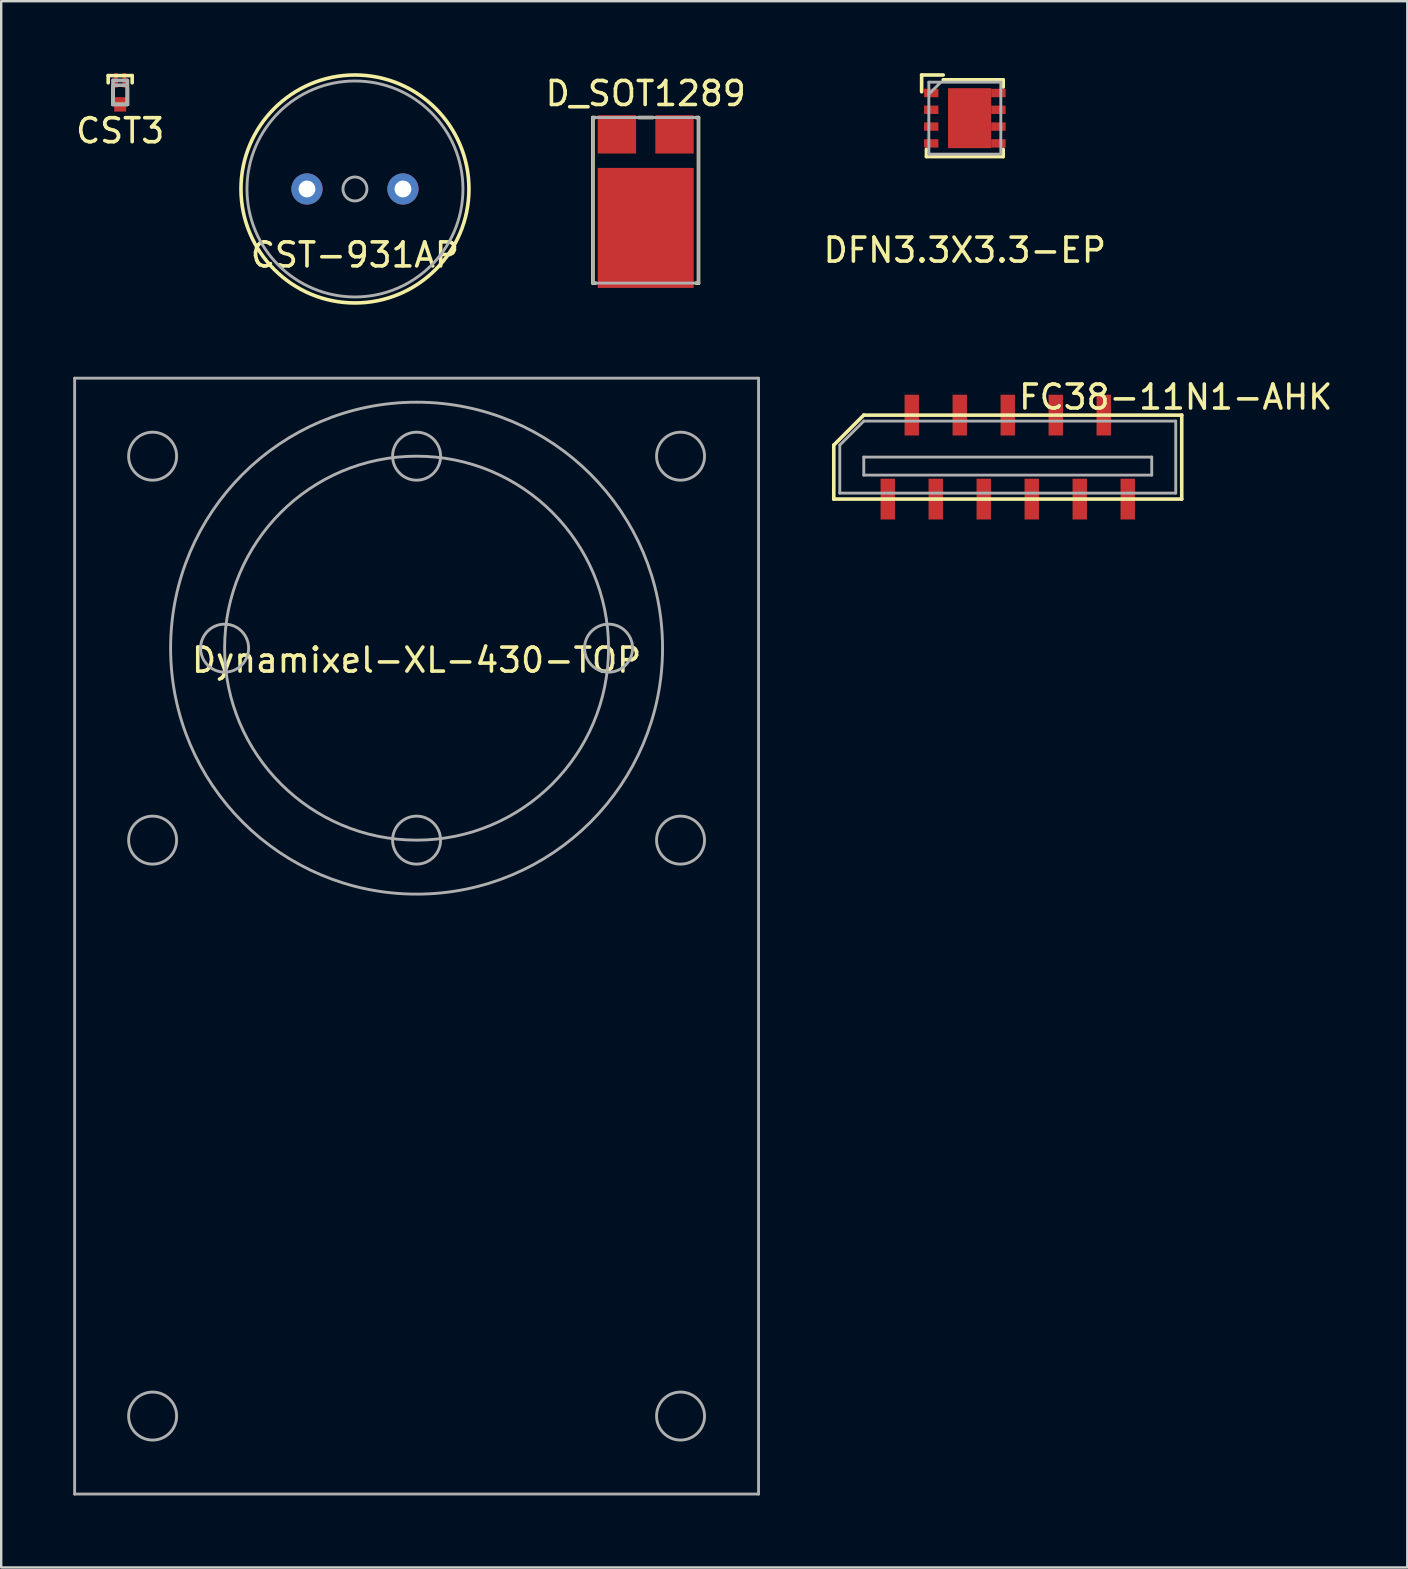
<source format=kicad_pcb>
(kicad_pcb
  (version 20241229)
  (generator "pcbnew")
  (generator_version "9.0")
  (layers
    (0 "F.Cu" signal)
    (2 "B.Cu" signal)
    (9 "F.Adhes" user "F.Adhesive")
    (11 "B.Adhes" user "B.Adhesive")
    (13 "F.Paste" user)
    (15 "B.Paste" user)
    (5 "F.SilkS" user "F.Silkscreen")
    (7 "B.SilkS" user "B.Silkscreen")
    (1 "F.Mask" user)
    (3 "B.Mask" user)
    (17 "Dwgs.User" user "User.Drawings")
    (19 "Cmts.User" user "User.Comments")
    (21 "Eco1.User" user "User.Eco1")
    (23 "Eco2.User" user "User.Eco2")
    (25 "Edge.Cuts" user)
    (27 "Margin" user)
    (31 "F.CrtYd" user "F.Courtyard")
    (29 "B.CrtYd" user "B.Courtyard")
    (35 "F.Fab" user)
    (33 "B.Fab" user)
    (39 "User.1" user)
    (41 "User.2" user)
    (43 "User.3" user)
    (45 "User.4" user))
  (footprint "CST-931AP"
    (layer "F.Cu")
    (at 11.742 4.825)
    (property "Reference" "CST-931AP" (at 0 2.75 0) (layer "F.SilkS") (effects (font (size 1 1) (thickness 0.15))))
    (attr through_hole)
    (fp_circle (center 0 0) (end 4.75 0) (stroke (width 0.15) (type solid)) (fill no) (layer "F.SilkS"))
    (fp_circle (center 0 0) (end 0.5 0) (stroke (width 0.12) (type solid)) (fill no) (layer "F.Fab"))
    (fp_circle (center 0 0) (end 4.5 0) (stroke (width 0.12) (type solid)) (fill no) (layer "F.Fab"))
    (pad "1" thru_hole circle (at -2 0) (size 1.3 1.3) (drill 0.7) (layers "*.Cu" "*.Mask"))
    (pad "2" thru_hole circle (at 2 0) (size 1.3 1.3) (drill 0.7) (layers "*.Cu" "*.Mask")))
  (footprint "D_SOT1289"
    (layer "F.Cu")
    (at 23.858 6.448)
    (property "Reference" "D_SOT1289" (at 0 -5.6 0) (layer "F.SilkS") (effects (font (size 1 1) (thickness 0.15))))
    (attr smd)
    (fp_line (start -2.2 -4.6) (end -2.2 2.3) (stroke (width 0.15) (type solid)) (layer "F.SilkS"))
    (fp_line (start -2.2 -4.6) (end -2.1 -4.6) (stroke (width 0.15) (type solid)) (layer "F.SilkS"))
    (fp_line (start -2.2 2.3) (end -2.1 2.3) (stroke (width 0.15) (type solid)) (layer "F.SilkS"))
    (fp_line (start 0.3 -4.6) (end -0.3 -4.6) (stroke (width 0.15) (type solid)) (layer "F.SilkS"))
    (fp_line (start 2.2 -4.6) (end 2.1 -4.6) (stroke (width 0.15) (type solid)) (layer "F.SilkS"))
    (fp_line (start 2.2 2.3) (end 2.1 2.3) (stroke (width 0.15) (type solid)) (layer "F.SilkS"))
    (fp_line (start 2.2 2.3) (end 2.2 -4.6) (stroke (width 0.15) (type solid)) (layer "F.SilkS"))
    (fp_line (start -2.2 -4.6) (end -2.2 2.3) (stroke (width 0.12) (type solid)) (layer "F.Fab"))
    (fp_line (start -2.2 2.3) (end 2.2 2.3) (stroke (width 0.12) (type solid)) (layer "F.Fab"))
    (fp_line (start 2.2 -4.6) (end -2.2 -4.6) (stroke (width 0.12) (type solid)) (layer "F.Fab"))
    (fp_line (start 2.2 2.3) (end 2.2 -4.6) (stroke (width 0.12) (type solid)) (layer "F.Fab"))
    (pad "1" smd rect (at 0 0) (size 4 5) (layers "F.Cu" "F.Mask" "F.Paste"))
    (pad "2" smd rect (at -1.2 -3.9) (size 1.6 1.6) (layers "F.Cu" "F.Mask" "F.Paste"))
    (pad "2" smd rect (at 1.2 -3.9) (size 1.6 1.6) (layers "F.Cu" "F.Mask" "F.Paste")))
  (footprint "CST3"
    (layer "F.Cu")
    (at 1.958 0.8)
    (property "Reference" "CST3" (at 0 1.6 0) (layer "F.SilkS") (effects (font (size 1 1) (thickness 0.15))))
    (attr smd)
    (fp_line (start -0.5 -0.7) (end 0.5 -0.7) (stroke (width 0.15) (type solid)) (layer "F.SilkS"))
    (fp_line (start -0.5 -0.4) (end -0.5 -0.7) (stroke (width 0.15) (type solid)) (layer "F.SilkS"))
    (fp_line (start -0.3 -0.2) (end -0.3 0.5) (stroke (width 0.15) (type solid)) (layer "F.SilkS"))
    (fp_line (start -0.3 0.5) (end 0.3 0.5) (stroke (width 0.15) (type solid)) (layer "F.SilkS"))
    (fp_line (start 0.3 0.5) (end 0.3 -0.2) (stroke (width 0.15) (type solid)) (layer "F.SilkS"))
    (fp_line (start 0.5 -0.7) (end 0.5 -0.4) (stroke (width 0.15) (type solid)) (layer "F.SilkS"))
    (fp_line (start -0.3 -0.5) (end 0.3 -0.5) (stroke (width 0.15) (type solid)) (layer "F.Fab"))
    (fp_line (start -0.3 -0.3) (end 0.3 -0.3) (stroke (width 0.15) (type solid)) (layer "F.Fab"))
    (fp_line (start -0.3 0.5) (end -0.3 -0.5) (stroke (width 0.15) (type solid)) (layer "F.Fab"))
    (fp_line (start 0.3 -0.5) (end 0.3 0.5) (stroke (width 0.15) (type solid)) (layer "F.Fab"))
    (fp_line (start 0.3 0.5) (end -0.3 0.5) (stroke (width 0.15) (type solid)) (layer "F.Fab"))
    (pad "1" smd rect (at 0.175 -0.5) (size 0.15 0.6) (layers "F.Cu" "F.Mask" "F.Paste"))
    (pad "2" smd rect (at -0.175 -0.5) (size 0.15 0.6) (layers "F.Cu" "F.Mask" "F.Paste"))
    (pad "3" smd rect (at 0 0.5) (size 0.5 0.6) (layers "F.Cu" "F.Mask" "F.Paste")))
  (footprint "DFN3.3X3.3-EP"
    (layer "F.Cu")
    (at 37.156 1.875)
    (property "Reference" "DFN3.3X3.3-EP" (at 0 5.5 0) (layer "F.SilkS") (effects (font (size 1 1) (thickness 0.15))))
    (attr through_hole)
    (fp_line (start -1.8 -1.8) (end -1.8 -1.1) (stroke (width 0.15) (type solid)) (layer "F.SilkS"))
    (fp_line (start -1.6 1.3) (end -1.6 1.6) (stroke (width 0.15) (type solid)) (layer "F.SilkS"))
    (fp_line (start -1.6 1.6) (end 1.6 1.6) (stroke (width 0.15) (type solid)) (layer "F.SilkS"))
    (fp_line (start -0.9 -1.8) (end -1.8 -1.8) (stroke (width 0.15) (type solid)) (layer "F.SilkS"))
    (fp_line (start 1.6 -1.6) (end -0.9 -1.6) (stroke (width 0.15) (type solid)) (layer "F.SilkS"))
    (fp_line (start 1.6 -1.3) (end 1.6 -1.6) (stroke (width 0.15) (type solid)) (layer "F.SilkS"))
    (fp_line (start 1.6 1.6) (end 1.6 1.3) (stroke (width 0.15) (type solid)) (layer "F.SilkS"))
    (fp_line (start -1.5 -1.5) (end 1.5 -1.5) (stroke (width 0.12) (type solid)) (layer "F.Fab"))
    (fp_line (start -1.5 -1) (end -1 -1.5) (stroke (width 0.12) (type solid)) (layer "F.Fab"))
    (fp_line (start -1.5 1.5) (end -1.5 -1.5) (stroke (width 0.12) (type solid)) (layer "F.Fab"))
    (fp_line (start 1.5 -1.5) (end 1.5 1.5) (stroke (width 0.12) (type solid)) (layer "F.Fab"))
    (fp_line (start 1.5 1.5) (end -1.5 1.5) (stroke (width 0.12) (type solid)) (layer "F.Fab"))
    (pad "1" smd rect (at -1.4 -1.05) (size 0.6 0.35) (layers "F.Cu" "F.Mask" "F.Paste"))
    (pad "1" smd rect (at -1.4 -0.35) (size 0.6 0.35) (layers "F.Cu" "F.Mask" "F.Paste"))
    (pad "1" smd rect (at -1.4 0.35) (size 0.6 0.35) (layers "F.Cu" "F.Mask" "F.Paste"))
    (pad "2" smd rect (at -1.4 1.05) (size 0.6 0.35) (layers "F.Cu" "F.Mask" "F.Paste"))
    (pad "3" smd rect (at 0.2 0) (size 1.8 2.5) (layers "F.Cu" "F.Mask" "F.Paste"))
    (pad "3" smd rect (at 1.4 -1.05) (size 0.6 0.35) (layers "F.Cu" "F.Mask" "F.Paste"))
    (pad "3" smd rect (at 1.4 -0.35) (size 0.6 0.35) (layers "F.Cu" "F.Mask" "F.Paste"))
    (pad "3" smd rect (at 1.4 0.35) (size 0.6 0.35) (layers "F.Cu" "F.Mask" "F.Paste"))
    (pad "3" smd rect (at 1.4 1.05) (size 0.6 0.35) (layers "F.Cu" "F.Mask" "F.Paste")))
  (footprint "FC38-11N1-AHK"
    (layer "F.Cu")
    (at 38.945 15.998)
    (property "Reference" "FC38-11N1-AHK" (at 7 -2.5 180) (layer "F.SilkS") (effects (font (size 1 1) (thickness 0.15))))
    (attr smd)
    (fp_line (start -7.25 -0.5) (end -6 -1.75) (stroke (width 0.15) (type solid)) (layer "F.SilkS"))
    (fp_line (start -7.25 1.75) (end -7.25 -0.5) (stroke (width 0.15) (type solid)) (layer "F.SilkS"))
    (fp_line (start -6 -1.75) (end 7.25 -1.75) (stroke (width 0.15) (type solid)) (layer "F.SilkS"))
    (fp_line (start 7.25 -1.75) (end 7.25 1.75) (stroke (width 0.15) (type solid)) (layer "F.SilkS"))
    (fp_line (start 7.25 1.75) (end -7.25 1.75) (stroke (width 0.15) (type solid)) (layer "F.SilkS"))
    (fp_line (start -7 1.5) (end -7 -0.5) (stroke (width 0.12) (type solid)) (layer "F.Fab"))
    (fp_line (start -6 -1.5) (end -7 -0.5) (stroke (width 0.12) (type solid)) (layer "F.Fab"))
    (fp_line (start -6 -1.5) (end 7 -1.5) (stroke (width 0.12) (type solid)) (layer "F.Fab"))
    (fp_line (start -6 0) (end 6 0) (stroke (width 0.12) (type solid)) (layer "F.Fab"))
    (fp_line (start -6 0.75) (end -6 0) (stroke (width 0.12) (type solid)) (layer "F.Fab"))
    (fp_line (start 6 0) (end 6 0.75) (stroke (width 0.12) (type solid)) (layer "F.Fab"))
    (fp_line (start 6 0.75) (end -6 0.75) (stroke (width 0.12) (type solid)) (layer "F.Fab"))
    (fp_line (start 7 -1.5) (end 7 1.5) (stroke (width 0.12) (type solid)) (layer "F.Fab"))
    (fp_line (start 7 1.5) (end -7 1.5) (stroke (width 0.12) (type solid)) (layer "F.Fab"))
    (pad "1" smd rect (at -5 1.75) (size 0.6 1.7) (layers "F.Cu" "F.Mask" "F.Paste"))
    (pad "2" smd rect (at -4 -1.75) (size 0.6 1.7) (layers "F.Cu" "F.Mask" "F.Paste"))
    (pad "3" smd rect (at -3 1.75) (size 0.6 1.7) (layers "F.Cu" "F.Mask" "F.Paste"))
    (pad "4" smd rect (at -2 -1.75) (size 0.6 1.7) (layers "F.Cu" "F.Mask" "F.Paste"))
    (pad "5" smd rect (at -1 1.75) (size 0.6 1.7) (layers "F.Cu" "F.Mask" "F.Paste"))
    (pad "6" smd rect (at 0 -1.75) (size 0.6 1.7) (layers "F.Cu" "F.Mask" "F.Paste"))
    (pad "7" smd rect (at 1 1.75) (size 0.6 1.7) (layers "F.Cu" "F.Mask" "F.Paste"))
    (pad "8" smd rect (at 2 -1.75) (size 0.6 1.7) (layers "F.Cu" "F.Mask" "F.Paste"))
    (pad "9" smd rect (at 3 1.75) (size 0.6 1.7) (layers "F.Cu" "F.Mask" "F.Paste"))
    (pad "10" smd rect (at 4 -1.75) (size 0.6 1.7) (layers "F.Cu" "F.Mask" "F.Paste"))
    (pad "11" smd rect (at 5 1.75) (size 0.6 1.7) (layers "F.Cu" "F.Mask" "F.Paste")))
  (footprint "Dynamixel-XL-430-TOP"
    (layer "F.Cu")
    (at 14.31 23.96)
    (property "Reference" "Dynamixel-XL-430-TOP" (at 0 0.5 0) (layer "F.SilkS") (effects (font (size 1 1) (thickness 0.15))))
    (attr exclude_from_pos_files exclude_from_bom)
    (fp_line (start -14.25 -11.25) (end -14.25 35.25) (stroke (width 0.12) (type solid)) (layer "F.Fab"))
    (fp_line (start -14.25 -11.25) (end 14.25 -11.25) (stroke (width 0.12) (type solid)) (layer "F.Fab"))
    (fp_line (start -14.25 35.25) (end 14.25 35.25) (stroke (width 0.12) (type solid)) (layer "F.Fab"))
    (fp_line (start 14.25 35.25) (end 14.25 -11.25) (stroke (width 0.12) (type solid)) (layer "F.Fab"))
    (fp_circle (center -11 -8) (end -10 -8) (stroke (width 0.12) (type solid)) (fill no) (layer "F.Fab"))
    (fp_circle (center -11 8) (end -10 8) (stroke (width 0.12) (type solid)) (fill no) (layer "F.Fab"))
    (fp_circle (center -11 32) (end -10 32) (stroke (width 0.12) (type solid)) (fill no) (layer "F.Fab"))
    (fp_circle (center -8 0) (end -7 0) (stroke (width 0.12) (type solid)) (fill no) (layer "F.Fab"))
    (fp_circle (center 0 -8) (end 0 -9) (stroke (width 0.12) (type solid)) (fill no) (layer "F.Fab"))
    (fp_circle (center 0 0) (end 8 0) (stroke (width 0.12) (type solid)) (fill no) (layer "F.Fab"))
    (fp_circle (center 0 0) (end 10.25 0) (stroke (width 0.12) (type solid)) (fill no) (layer "F.Fab"))
    (fp_circle (center 0 8) (end 0 7) (stroke (width 0.12) (type solid)) (fill no) (layer "F.Fab"))
    (fp_circle (center 8 0) (end 9 0) (stroke (width 0.12) (type solid)) (fill no) (layer "F.Fab"))
    (fp_circle (center 11 -8) (end 12 -8) (stroke (width 0.12) (type solid)) (fill no) (layer "F.Fab"))
    (fp_circle (center 11 8) (end 12 8) (stroke (width 0.12) (type solid)) (fill no) (layer "F.Fab"))
    (fp_circle (center 11 32) (end 12 32) (stroke (width 0.12) (type solid)) (fill no) (layer "F.Fab")))
  (gr_rect
    (start -3 -3)
    (end 55.594 62.27)
    (stroke (width 0.1) (type default))
    (fill no)
    (layer "Edge.Cuts")))
</source>
